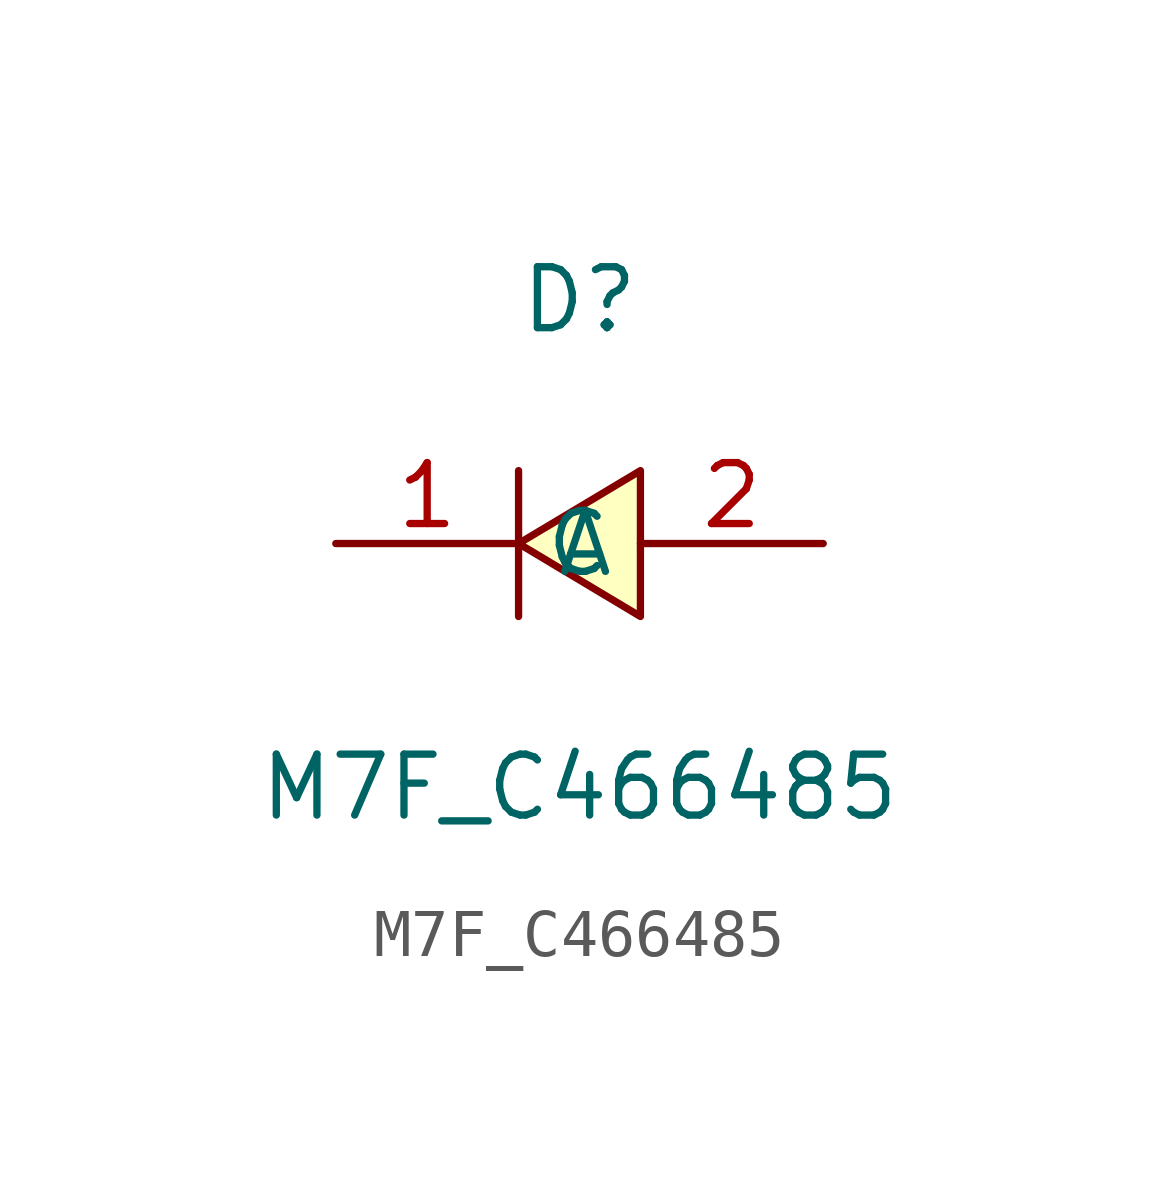
<source format=kicad_sym>
(kicad_symbol_lib
  (version 20211014)
  (generator https://github.com/uPesy/easyeda2kicad.py)
  (symbol "M7F_C466485"
    (property "Reference" "D"
      (at 0 5.08 0)
      (effects (font (size 1.27 1.27))))
    (property "Value" "M7F_C466485"
      (at 0 -5.08 0)
      (effects (font (size 1.27 1.27))))
    (symbol "M7F_C466485_0_1"
      (polyline (pts (xy 1.27 1.52) (xy -1.27 -0.00) (xy 1.27 -1.52) (xy 1.27 1.52)) (stroke (width 0) (type default) (color 0 0 0 0)) (fill (type background)))
      (polyline (pts (xy -1.27 -1.52) (xy -1.27 1.52)) (stroke (width 0) (type default) (color 0 0 0 0)) (fill (type none)))
      (pin unspecified line (at 5.08 -0.00 180) (length 3.81) (name "A" (effects (font (size 1.27 1.27)))) (number "2" (effects (font (size 1.27 1.27)))))
      (pin unspecified line (at -5.08 -0.00 0) (length 3.81) (name "C" (effects (font (size 1.27 1.27)))) (number "1" (effects (font (size 1.27 1.27))))))))
</source>
